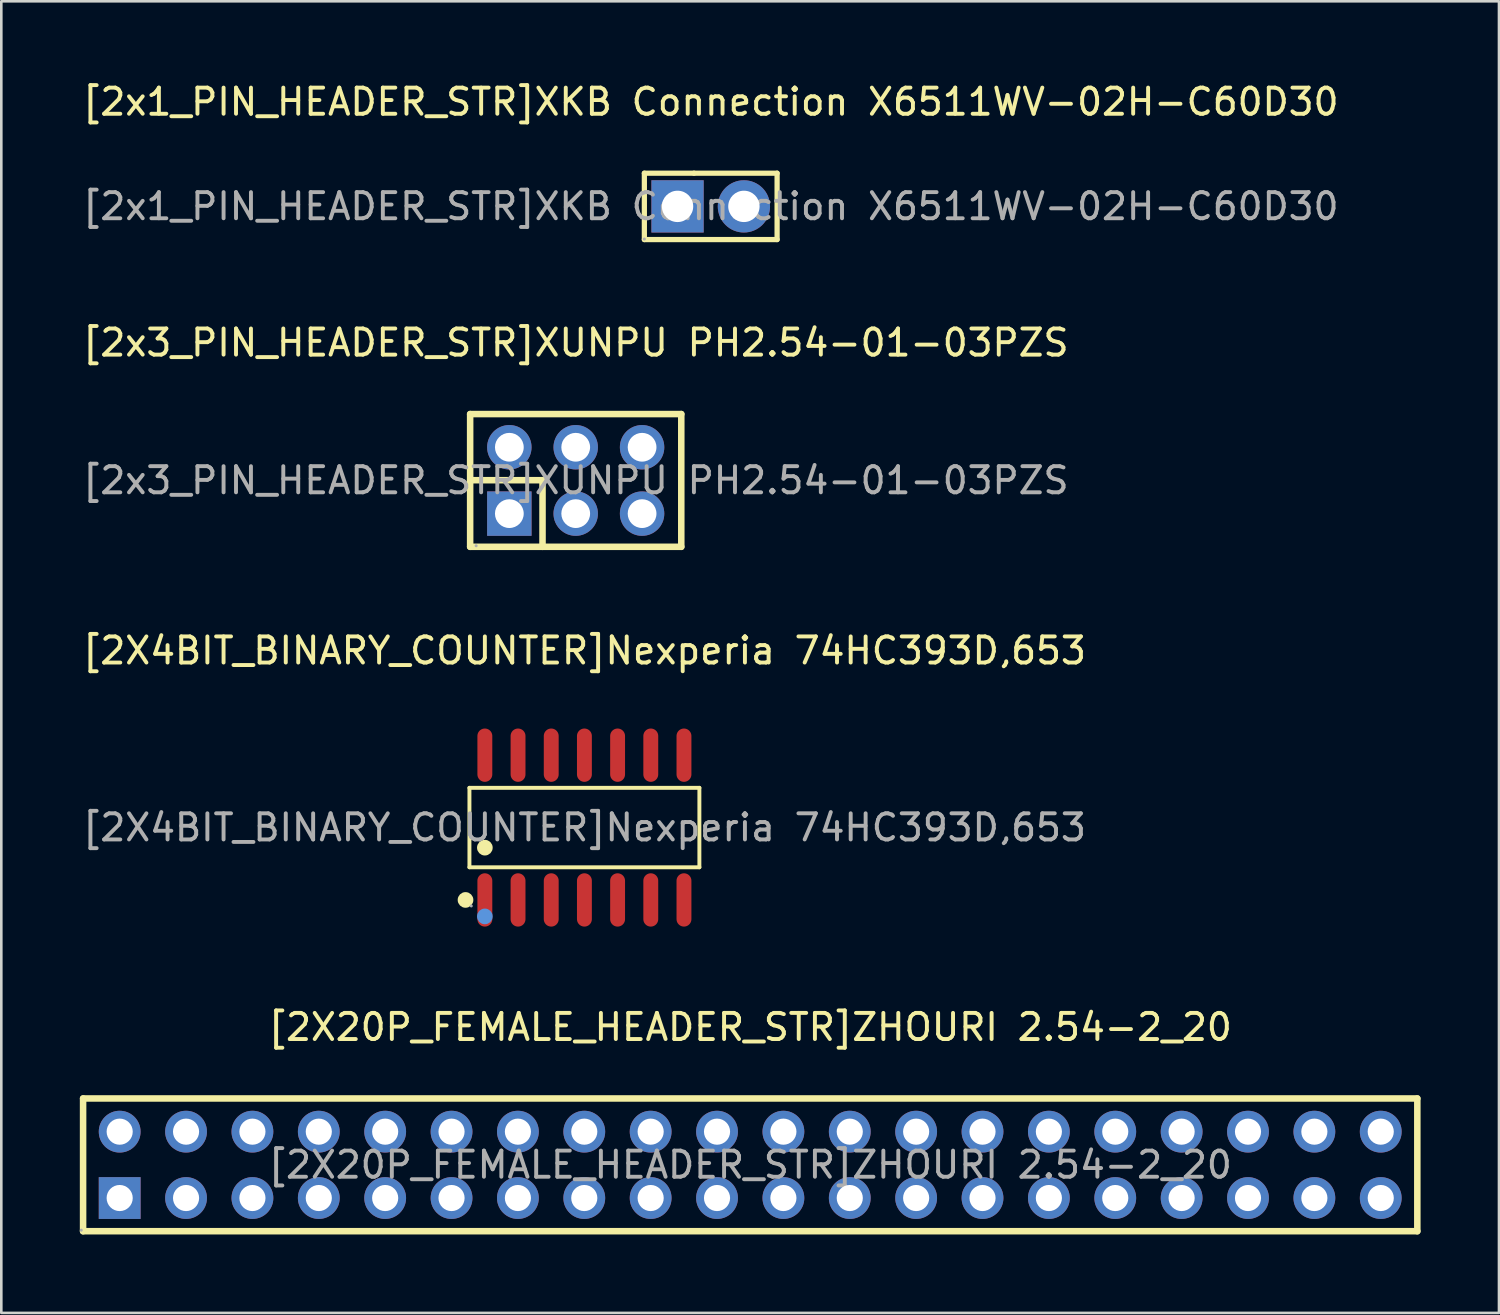
<source format=kicad_pcb>
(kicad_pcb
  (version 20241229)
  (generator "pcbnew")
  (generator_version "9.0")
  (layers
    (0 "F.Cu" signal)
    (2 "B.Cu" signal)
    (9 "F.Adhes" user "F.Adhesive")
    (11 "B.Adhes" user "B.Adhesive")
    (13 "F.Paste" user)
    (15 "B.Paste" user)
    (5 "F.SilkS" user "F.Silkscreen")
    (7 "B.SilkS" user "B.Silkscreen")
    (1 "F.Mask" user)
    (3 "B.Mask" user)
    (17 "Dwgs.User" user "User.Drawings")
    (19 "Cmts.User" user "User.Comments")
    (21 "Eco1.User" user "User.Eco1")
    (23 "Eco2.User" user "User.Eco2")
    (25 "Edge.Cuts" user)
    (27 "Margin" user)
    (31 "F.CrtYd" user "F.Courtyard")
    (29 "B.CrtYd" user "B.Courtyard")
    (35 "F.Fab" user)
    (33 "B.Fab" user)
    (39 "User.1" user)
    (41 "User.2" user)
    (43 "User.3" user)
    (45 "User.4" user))
  (footprint "[2x3_PIN_HEADER_STR]XUNPU PH2.54-01-03PZS"
    (layer "F.Cu")
    (at 18.982 15.336)
    (property "Reference" "[2x3_PIN_HEADER_STR]XUNPU PH2.54-01-03PZS" (at 0 -5.27 0) (layer "F.SilkS") (effects (font (size 1 1) (thickness 0.15))))
    (attr through_hole)
    (fp_line (start -4.04 -2.54) (end -4.04 2.54) (stroke (width 0.25) (type solid)) (layer "F.SilkS"))
    (fp_line (start -4.04 -2.54) (end 4.04 -2.54) (stroke (width 0.25) (type solid)) (layer "F.SilkS"))
    (fp_line (start -4.04 -0.01) (end -1.27 -0.01) (stroke (width 0.25) (type solid)) (layer "F.SilkS"))
    (fp_line (start -4.04 2.54) (end 4.04 2.54) (stroke (width 0.25) (type solid)) (layer "F.SilkS"))
    (fp_line (start -1.27 -0.01) (end -1.27 2.54) (stroke (width 0.25) (type solid)) (layer "F.SilkS"))
    (fp_line (start 4.04 -2.54) (end 4.04 2.54) (stroke (width 0.25) (type solid)) (layer "F.SilkS"))
    (fp_circle (center -3.81 2.5) (end -3.78 2.5) (stroke (width 0.06) (type solid)) (fill no) (layer "F.Fab"))
    (fp_text user "${REFERENCE}" (at 0 0 0) (layer "F.Fab") (effects (font (size 1 1) (thickness 0.15))))
    (pad "1" thru_hole rect (at -2.54 1.27) (size 1.7 1.7) (drill 1.1) (layers "*.Cu" "*.Mask"))
    (pad "2" thru_hole circle (at -2.54 -1.27) (size 1.7 1.7) (drill 1.1) (layers "*.Cu" "*.Mask"))
    (pad "3" thru_hole circle (at 0 1.27) (size 1.7 1.7) (drill 1.1) (layers "*.Cu" "*.Mask"))
    (pad "4" thru_hole circle (at 0 -1.27) (size 1.7 1.7) (drill 1.1) (layers "*.Cu" "*.Mask"))
    (pad "5" thru_hole circle (at 2.54 1.27) (size 1.7 1.7) (drill 1.1) (layers "*.Cu" "*.Mask"))
    (pad "6" thru_hole circle (at 2.54 -1.27) (size 1.7 1.7) (drill 1.1) (layers "*.Cu" "*.Mask")))
  (footprint "[2X4BIT_BINARY_COUNTER]Nexperia 74HC393D,653"
    (layer "F.Cu")
    (at 19.315 28.62)
    (property "Reference" "[2X4BIT_BINARY_COUNTER]Nexperia 74HC393D,653" (at 0 -6.77 0) (layer "F.SilkS") (effects (font (size 1 1) (thickness 0.15))))
    (attr smd)
    (fp_line (start -4.4 -1.52) (end 4.4 -1.52) (stroke (width 0.15) (type solid)) (layer "F.SilkS"))
    (fp_line (start -4.4 1.52) (end -4.4 -1.52) (stroke (width 0.15) (type solid)) (layer "F.SilkS"))
    (fp_line (start 4.4 -1.52) (end 4.4 1.52) (stroke (width 0.15) (type solid)) (layer "F.SilkS"))
    (fp_line (start 4.4 1.52) (end -4.4 1.52) (stroke (width 0.15) (type solid)) (layer "F.SilkS"))
    (fp_circle (center -4.55 2.77) (end -4.4 2.77) (stroke (width 0.3) (type solid)) (fill no) (layer "F.SilkS"))
    (fp_circle (center -3.81 0.77) (end -3.66 0.77) (stroke (width 0.3) (type solid)) (fill no) (layer "F.SilkS"))
    (fp_circle (center -3.81 3.4) (end -3.66 3.4) (stroke (width 0.3) (type solid)) (fill no) (layer "Cmts.User"))
    (fp_circle (center -4.33 3) (end -4.3 3) (stroke (width 0.06) (type solid)) (fill no) (layer "F.Fab"))
    (fp_text user "${REFERENCE}" (at 0 0 0) (layer "F.Fab") (effects (font (size 1 1) (thickness 0.15))))
    (pad "1" smd oval (at -3.81 2.77) (size 0.57 2.04) (layers "F.Cu" "F.Mask" "F.Paste"))
    (pad "2" smd oval (at -2.54 2.77) (size 0.57 2.04) (layers "F.Cu" "F.Mask" "F.Paste"))
    (pad "3" smd oval (at -1.27 2.77) (size 0.57 2.04) (layers "F.Cu" "F.Mask" "F.Paste"))
    (pad "4" smd oval (at 0 2.77) (size 0.57 2.04) (layers "F.Cu" "F.Mask" "F.Paste"))
    (pad "5" smd oval (at 1.27 2.77) (size 0.57 2.04) (layers "F.Cu" "F.Mask" "F.Paste"))
    (pad "6" smd oval (at 2.54 2.77) (size 0.57 2.04) (layers "F.Cu" "F.Mask" "F.Paste"))
    (pad "7" smd oval (at 3.81 2.77) (size 0.57 2.04) (layers "F.Cu" "F.Mask" "F.Paste"))
    (pad "8" smd oval (at 3.81 -2.77) (size 0.57 2.04) (layers "F.Cu" "F.Mask" "F.Paste"))
    (pad "9" smd oval (at 2.54 -2.77) (size 0.57 2.04) (layers "F.Cu" "F.Mask" "F.Paste"))
    (pad "10" smd oval (at 1.27 -2.77) (size 0.57 2.04) (layers "F.Cu" "F.Mask" "F.Paste"))
    (pad "11" smd oval (at 0 -2.77) (size 0.57 2.04) (layers "F.Cu" "F.Mask" "F.Paste"))
    (pad "12" smd oval (at -1.27 -2.77) (size 0.57 2.04) (layers "F.Cu" "F.Mask" "F.Paste"))
    (pad "13" smd oval (at -2.54 -2.77) (size 0.57 2.04) (layers "F.Cu" "F.Mask" "F.Paste"))
    (pad "14" smd oval (at -3.81 -2.77) (size 0.57 2.04) (layers "F.Cu" "F.Mask" "F.Paste")))
  (footprint "[2x1_PIN_HEADER_STR]XKB Connection X6511WV-02H-C60D30"
    (layer "F.Cu")
    (at 24.149 4.848)
    (property "Reference" "[2x1_PIN_HEADER_STR]XKB Connection X6511WV-02H-C60D30" (at 0 -4 0) (layer "F.SilkS") (effects (font (size 1 1) (thickness 0.15))))
    (attr through_hole)
    (fp_line (start -2.54 -1.27) (end -0.64 -1.27) (stroke (width 0.2) (type solid)) (layer "F.SilkS"))
    (fp_line (start -2.54 1.27) (end -2.54 -1.27) (stroke (width 0.2) (type solid)) (layer "F.SilkS"))
    (fp_line (start 2.54 -1.27) (end -0.64 -1.27) (stroke (width 0.2) (type solid)) (layer "F.SilkS"))
    (fp_line (start 2.54 -1.27) (end 2.54 1.27) (stroke (width 0.2) (type solid)) (layer "F.SilkS"))
    (fp_line (start 2.54 1.27) (end -2.54 1.27) (stroke (width 0.2) (type solid)) (layer "F.SilkS"))
    (fp_circle (center -2.54 1.25) (end -2.51 1.25) (stroke (width 0.06) (type solid)) (fill no) (layer "F.Fab"))
    (fp_text user "${REFERENCE}" (at 0 0 0) (layer "F.Fab") (effects (font (size 1 1) (thickness 0.15))))
    (pad "1" thru_hole rect (at -1.27 0) (size 2 2) (drill 1.2) (layers "*.Cu" "*.Mask"))
    (pad "2" thru_hole circle (at 1.27 0) (size 2 2) (drill 1.2) (layers "*.Cu" "*.Mask")))
  (footprint "[2X20P_FEMALE_HEADER_STR]ZHOURI 2.54-2_20"
    (layer "F.Cu")
    (at 25.66 41.528)
    (property "Reference" "[2X20P_FEMALE_HEADER_STR]ZHOURI 2.54-2_20" (at 0 -5.27 0) (layer "F.SilkS") (effects (font (size 1 1) (thickness 0.15))))
    (attr through_hole)
    (fp_line (start -25.53 -2.54) (end -25.53 2.54) (stroke (width 0.25) (type solid)) (layer "F.SilkS"))
    (fp_line (start -25.53 -2.54) (end 25.53 -2.54) (stroke (width 0.25) (type solid)) (layer "F.SilkS"))
    (fp_line (start -25.53 2.54) (end 25.53 2.54) (stroke (width 0.25) (type solid)) (layer "F.SilkS"))
    (fp_line (start 25.53 -2.54) (end 25.53 2.54) (stroke (width 0.25) (type solid)) (layer "F.SilkS"))
    (fp_circle (center -25.6 2.5) (end -25.57 2.5) (stroke (width 0.06) (type solid)) (fill no) (layer "F.Fab"))
    (fp_text user "${REFERENCE}" (at 0 0 0) (layer "F.Fab") (effects (font (size 1 1) (thickness 0.15))))
    (pad "1" thru_hole rect (at -24.13 1.27) (size 1.6 1.6) (drill 1) (layers "*.Cu" "*.Mask"))
    (pad "2" thru_hole circle (at -24.13 -1.27) (size 1.6 1.6) (drill 1) (layers "*.Cu" "*.Mask"))
    (pad "3" thru_hole circle (at -21.59 1.27) (size 1.6 1.6) (drill 1) (layers "*.Cu" "*.Mask"))
    (pad "4" thru_hole circle (at -21.59 -1.27) (size 1.6 1.6) (drill 1) (layers "*.Cu" "*.Mask"))
    (pad "5" thru_hole circle (at -19.05 1.27) (size 1.6 1.6) (drill 1) (layers "*.Cu" "*.Mask"))
    (pad "6" thru_hole circle (at -19.05 -1.27) (size 1.6 1.6) (drill 1) (layers "*.Cu" "*.Mask"))
    (pad "7" thru_hole circle (at -16.51 1.27) (size 1.6 1.6) (drill 1) (layers "*.Cu" "*.Mask"))
    (pad "8" thru_hole circle (at -16.51 -1.27) (size 1.6 1.6) (drill 1) (layers "*.Cu" "*.Mask"))
    (pad "9" thru_hole circle (at -13.97 1.27) (size 1.6 1.6) (drill 1) (layers "*.Cu" "*.Mask"))
    (pad "10" thru_hole circle (at -13.97 -1.27) (size 1.6 1.6) (drill 1) (layers "*.Cu" "*.Mask"))
    (pad "11" thru_hole circle (at -11.43 1.27) (size 1.6 1.6) (drill 1) (layers "*.Cu" "*.Mask"))
    (pad "12" thru_hole circle (at -11.43 -1.27) (size 1.6 1.6) (drill 1) (layers "*.Cu" "*.Mask"))
    (pad "13" thru_hole circle (at -8.89 1.27) (size 1.6 1.6) (drill 1) (layers "*.Cu" "*.Mask"))
    (pad "14" thru_hole circle (at -8.89 -1.27) (size 1.6 1.6) (drill 1) (layers "*.Cu" "*.Mask"))
    (pad "15" thru_hole circle (at -6.35 1.27) (size 1.6 1.6) (drill 1) (layers "*.Cu" "*.Mask"))
    (pad "16" thru_hole circle (at -6.35 -1.27) (size 1.6 1.6) (drill 1) (layers "*.Cu" "*.Mask"))
    (pad "17" thru_hole circle (at -3.81 1.27) (size 1.6 1.6) (drill 1) (layers "*.Cu" "*.Mask"))
    (pad "18" thru_hole circle (at -3.81 -1.27) (size 1.6 1.6) (drill 1) (layers "*.Cu" "*.Mask"))
    (pad "19" thru_hole circle (at -1.27 1.27) (size 1.6 1.6) (drill 1) (layers "*.Cu" "*.Mask"))
    (pad "20" thru_hole circle (at -1.27 -1.27) (size 1.6 1.6) (drill 1) (layers "*.Cu" "*.Mask"))
    (pad "21" thru_hole circle (at 1.27 1.27) (size 1.6 1.6) (drill 1) (layers "*.Cu" "*.Mask"))
    (pad "22" thru_hole circle (at 1.27 -1.27) (size 1.6 1.6) (drill 1) (layers "*.Cu" "*.Mask"))
    (pad "23" thru_hole circle (at 3.81 1.27) (size 1.6 1.6) (drill 1) (layers "*.Cu" "*.Mask"))
    (pad "24" thru_hole circle (at 3.81 -1.27) (size 1.6 1.6) (drill 1) (layers "*.Cu" "*.Mask"))
    (pad "25" thru_hole circle (at 6.35 1.27) (size 1.6 1.6) (drill 1) (layers "*.Cu" "*.Mask"))
    (pad "26" thru_hole circle (at 6.35 -1.27) (size 1.6 1.6) (drill 1) (layers "*.Cu" "*.Mask"))
    (pad "27" thru_hole circle (at 8.89 1.27) (size 1.6 1.6) (drill 1) (layers "*.Cu" "*.Mask"))
    (pad "28" thru_hole circle (at 8.89 -1.27) (size 1.6 1.6) (drill 1) (layers "*.Cu" "*.Mask"))
    (pad "29" thru_hole circle (at 11.43 1.27) (size 1.6 1.6) (drill 1) (layers "*.Cu" "*.Mask"))
    (pad "30" thru_hole circle (at 11.43 -1.27) (size 1.6 1.6) (drill 1) (layers "*.Cu" "*.Mask"))
    (pad "31" thru_hole circle (at 13.97 1.27) (size 1.6 1.6) (drill 1) (layers "*.Cu" "*.Mask"))
    (pad "32" thru_hole circle (at 13.97 -1.27) (size 1.6 1.6) (drill 1) (layers "*.Cu" "*.Mask"))
    (pad "33" thru_hole circle (at 16.51 1.27) (size 1.6 1.6) (drill 1) (layers "*.Cu" "*.Mask"))
    (pad "34" thru_hole circle (at 16.51 -1.27) (size 1.6 1.6) (drill 1) (layers "*.Cu" "*.Mask"))
    (pad "35" thru_hole circle (at 19.05 1.27) (size 1.6 1.6) (drill 1) (layers "*.Cu" "*.Mask"))
    (pad "36" thru_hole circle (at 19.05 -1.27) (size 1.6 1.6) (drill 1) (layers "*.Cu" "*.Mask"))
    (pad "37" thru_hole circle (at 21.59 1.27) (size 1.6 1.6) (drill 1) (layers "*.Cu" "*.Mask"))
    (pad "38" thru_hole circle (at 21.59 -1.27) (size 1.6 1.6) (drill 1) (layers "*.Cu" "*.Mask"))
    (pad "39" thru_hole circle (at 24.13 1.27) (size 1.6 1.6) (drill 1) (layers "*.Cu" "*.Mask"))
    (pad "40" thru_hole circle (at 24.13 -1.27) (size 1.6 1.6) (drill 1) (layers "*.Cu" "*.Mask")))
  (gr_rect
    (start -3 -3)
    (end 54.315 47.193)
    (stroke (width 0.1) (type default))
    (fill no)
    (layer "Edge.Cuts")))
</source>
